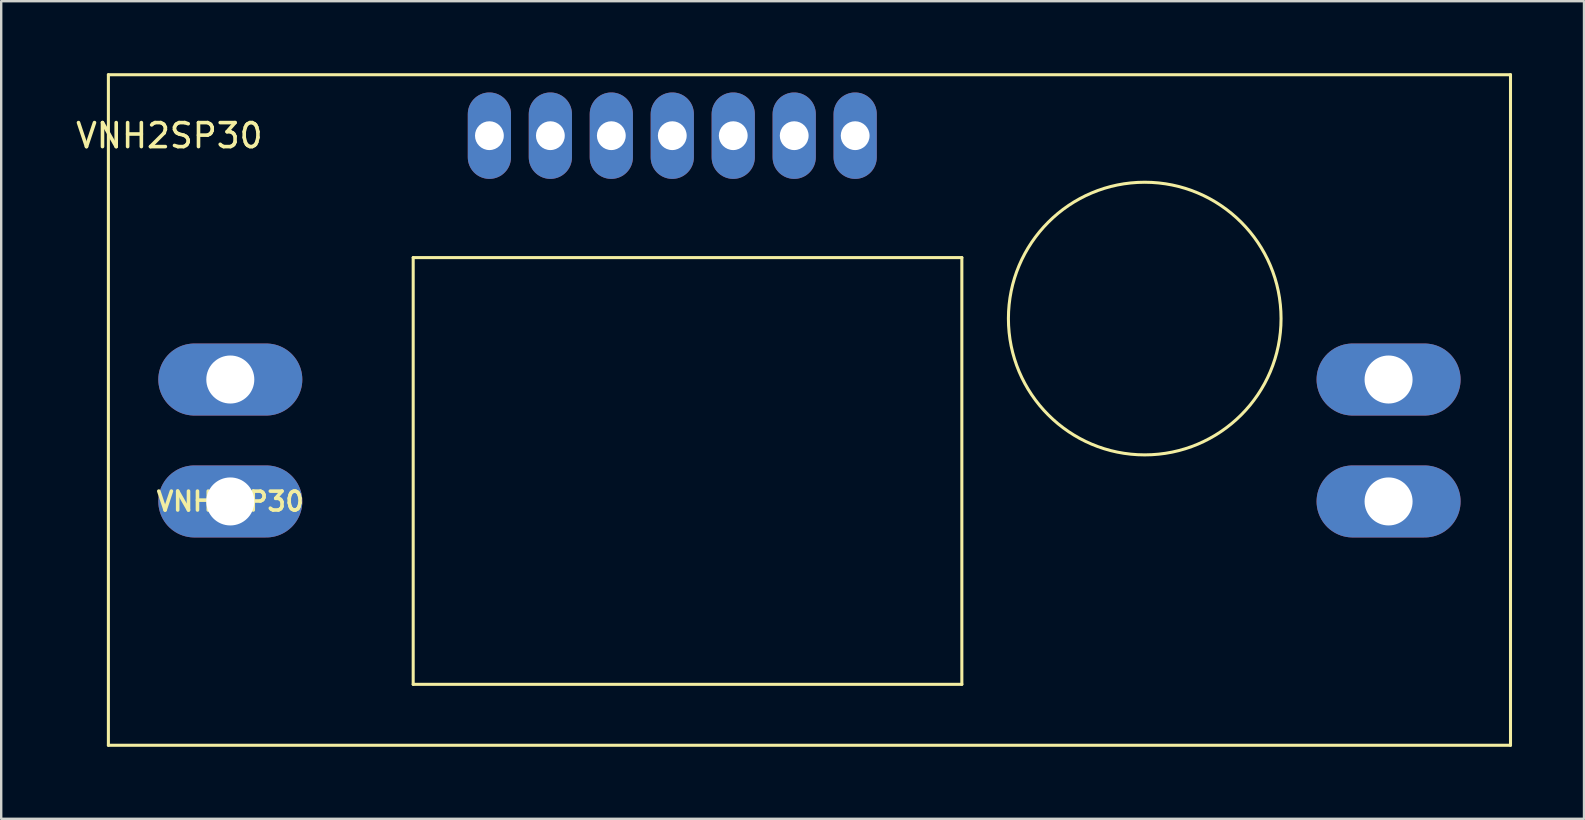
<source format=kicad_pcb>
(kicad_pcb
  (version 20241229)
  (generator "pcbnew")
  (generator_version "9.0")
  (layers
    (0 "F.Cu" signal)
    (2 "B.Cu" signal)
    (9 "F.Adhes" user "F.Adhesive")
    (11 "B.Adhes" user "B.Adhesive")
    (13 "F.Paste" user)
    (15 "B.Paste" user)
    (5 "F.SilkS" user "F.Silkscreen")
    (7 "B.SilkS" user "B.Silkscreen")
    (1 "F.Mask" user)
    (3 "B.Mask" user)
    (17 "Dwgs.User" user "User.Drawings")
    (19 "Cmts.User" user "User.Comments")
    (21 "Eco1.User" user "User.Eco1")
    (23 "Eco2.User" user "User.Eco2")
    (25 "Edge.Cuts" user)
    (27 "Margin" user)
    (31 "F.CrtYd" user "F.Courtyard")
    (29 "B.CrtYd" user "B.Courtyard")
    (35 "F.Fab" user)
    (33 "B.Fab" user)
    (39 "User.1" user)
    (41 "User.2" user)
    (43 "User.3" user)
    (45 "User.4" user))
  (footprint "VNH2SP30"
    (layer "F.Cu")
    (at 6.546 17.843)
    (property "Reference" "VNH2SP30" (at 0 0 0) (layer "F.SilkS") (effects (font (size 0.787 0.787) (thickness 0.15))))
    (attr through_hole)
    (fp_line (start -5.08 -17.78) (end -5.08 10.16) (stroke (width 0.127) (type solid)) (layer "F.SilkS"))
    (fp_line (start -5.08 10.16) (end 53.34 10.16) (stroke (width 0.127) (type solid)) (layer "F.SilkS"))
    (fp_line (start 7.62 -10.16) (end 7.62 7.62) (stroke (width 0.127) (type solid)) (layer "F.SilkS"))
    (fp_line (start 7.62 7.62) (end 30.48 7.62) (stroke (width 0.127) (type solid)) (layer "F.SilkS"))
    (fp_line (start 30.48 -10.16) (end 7.62 -10.16) (stroke (width 0.127) (type solid)) (layer "F.SilkS"))
    (fp_line (start 30.48 7.62) (end 30.48 -10.16) (stroke (width 0.127) (type solid)) (layer "F.SilkS"))
    (fp_line (start 53.34 -17.78) (end -5.08 -17.78) (stroke (width 0.127) (type solid)) (layer "F.SilkS"))
    (fp_line (start 53.34 10.16) (end 53.34 -17.78) (stroke (width 0.127) (type solid)) (layer "F.SilkS"))
    (fp_circle (center 38.1 -7.62) (end 43.78 -7.62) (stroke (width 0.127) (type solid)) (fill no) (layer "F.SilkS"))
    (fp_text user "VNH2SP30" (at -2.54 -15.24 0) (layer "F.SilkS") (effects (font (size 1 1) (thickness 0.15))))
    (pad "5V" thru_hole oval (at 10.795 -15.24) (size 1.8 3.6) (drill 1.2) (layers "*.Cu" "*.Mask"))
    (pad "CS" thru_hole oval (at 18.415 -15.24) (size 1.8 3.6) (drill 1.2) (layers "*.Cu" "*.Mask"))
    (pad "EN" thru_hole oval (at 15.875 -15.24) (size 1.8 3.6) (drill 1.2) (layers "*.Cu" "*.Mask"))
    (pad "GND" thru_hole oval (at 13.335 -15.24) (size 1.8 3.6) (drill 1.2) (layers "*.Cu" "*.Mask"))
    (pad "IN+" thru_hole oval (at 48.26 -5.08) (size 6 3) (drill 2) (layers "*.Cu" "*.Mask"))
    (pad "IN-" thru_hole oval (at 48.26 0) (size 6 3) (drill 2) (layers "*.Cu" "*.Mask"))
    (pad "INA" thru_hole oval (at 20.955 -15.24) (size 1.8 3.6) (drill 1.2) (layers "*.Cu" "*.Mask"))
    (pad "INB" thru_hole oval (at 23.495 -15.24) (size 1.8 3.6) (drill 1.2) (layers "*.Cu" "*.Mask"))
    (pad "OUTA" thru_hole oval (at 0 0) (size 6 3) (drill 2) (layers "*.Cu" "*.Mask"))
    (pad "OUTB" thru_hole oval (at 0 -5.08) (size 6 3) (drill 2) (layers "*.Cu" "*.Mask"))
    (pad "PWM" thru_hole oval (at 26.035 -15.24) (size 1.8 3.6) (drill 1.2) (layers "*.Cu" "*.Mask")))
  (gr_rect
    (start -3 -3)
    (end 62.949 31.067)
    (stroke (width 0.1) (type default))
    (fill no)
    (layer "Edge.Cuts")))
</source>
